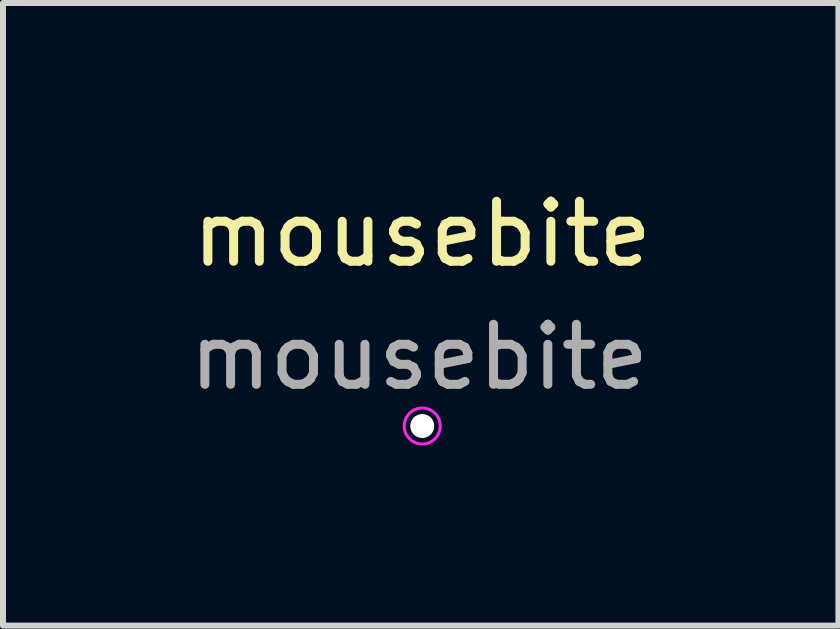
<source format=kicad_pcb>
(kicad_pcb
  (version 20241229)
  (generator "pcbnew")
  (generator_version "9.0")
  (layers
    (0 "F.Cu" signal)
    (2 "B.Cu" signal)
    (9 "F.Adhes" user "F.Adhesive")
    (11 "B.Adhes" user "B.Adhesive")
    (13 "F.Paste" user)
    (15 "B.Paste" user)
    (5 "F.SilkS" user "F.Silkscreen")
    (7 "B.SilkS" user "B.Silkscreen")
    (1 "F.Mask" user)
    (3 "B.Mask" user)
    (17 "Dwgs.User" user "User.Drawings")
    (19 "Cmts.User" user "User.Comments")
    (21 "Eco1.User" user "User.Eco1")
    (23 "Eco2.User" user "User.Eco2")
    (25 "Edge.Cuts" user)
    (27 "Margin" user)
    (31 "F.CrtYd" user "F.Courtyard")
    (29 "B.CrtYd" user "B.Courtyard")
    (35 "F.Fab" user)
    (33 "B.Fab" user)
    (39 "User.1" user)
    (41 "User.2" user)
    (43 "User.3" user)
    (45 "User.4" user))
  (footprint "mousebite"
    (layer "F.Cu")
    (at 3.985 4.048)
    (property "Reference" "mousebite" (at 0 -3.2 0) (layer "F.SilkS") (effects (font (size 1 1) (thickness 0.15))))
    (attr exclude_from_pos_files exclude_from_bom)
    (fp_circle (center 0 0) (end 0.3 0) (stroke (width 0.05) (type solid)) (fill no) (layer "F.CrtYd"))
    (fp_text user "${REFERENCE}" (at -0.05 -1.15 0) (layer "F.Fab") (effects (font (size 1 1) (thickness 0.15))))
    (pad "" np_thru_hole circle (at 0 0) (size 0.4 0.4) (drill 0.4) (layers "*.Cu" "*.Mask")))
  (gr_rect
    (start -3 -3)
    (end 10.919 7.373)
    (stroke (width 0.1) (type default))
    (fill no)
    (layer "Edge.Cuts")))
</source>
